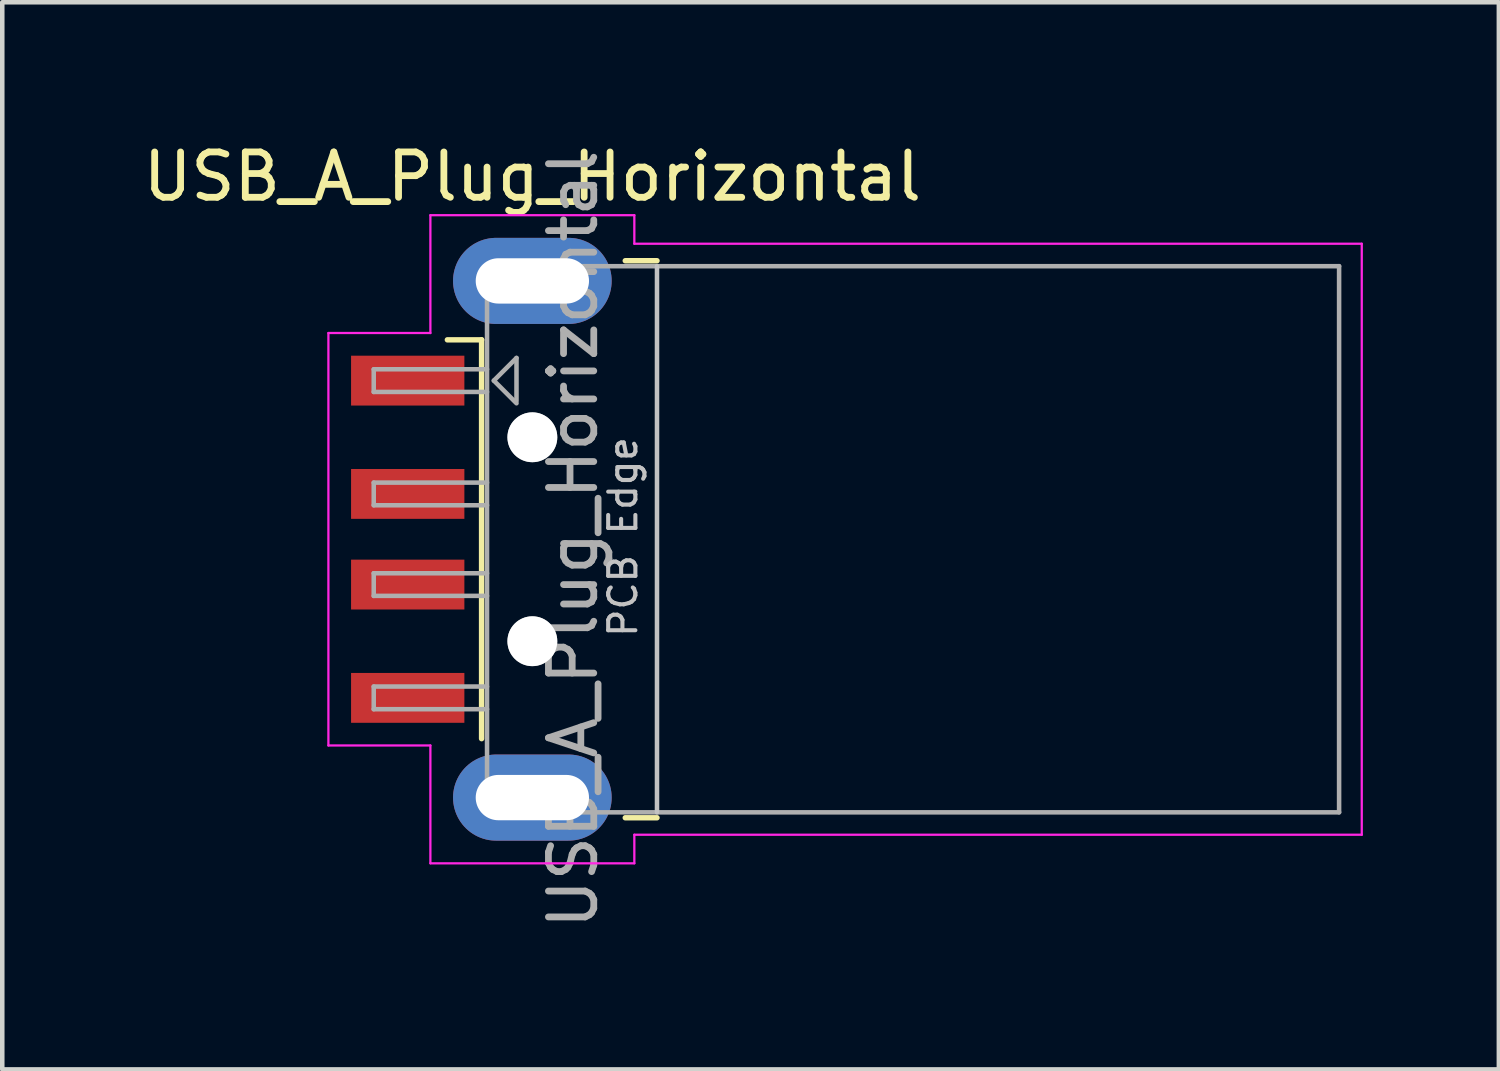
<source format=kicad_pcb>
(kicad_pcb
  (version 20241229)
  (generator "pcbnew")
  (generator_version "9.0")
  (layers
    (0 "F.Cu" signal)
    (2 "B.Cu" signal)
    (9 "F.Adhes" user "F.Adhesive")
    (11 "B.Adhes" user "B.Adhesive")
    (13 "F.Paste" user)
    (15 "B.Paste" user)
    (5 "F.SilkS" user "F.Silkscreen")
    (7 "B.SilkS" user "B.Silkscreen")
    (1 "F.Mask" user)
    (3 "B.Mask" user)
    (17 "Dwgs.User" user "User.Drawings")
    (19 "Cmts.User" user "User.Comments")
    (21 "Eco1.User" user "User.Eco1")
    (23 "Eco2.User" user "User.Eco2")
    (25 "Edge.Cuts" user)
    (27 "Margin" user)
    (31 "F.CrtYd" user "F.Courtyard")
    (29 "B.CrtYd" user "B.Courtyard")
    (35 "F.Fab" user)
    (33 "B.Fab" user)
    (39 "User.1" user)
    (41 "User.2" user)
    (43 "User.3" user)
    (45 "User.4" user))
  (footprint "USB_A_Plug_Horizontal"
    (layer "F.Cu")
    (at 15.596 8.848)
    (property "Reference" "USB_A_Plug_Horizontal" (at -6.9 -8 0) (layer "F.SilkS") (effects (font (size 1 1) (thickness 0.15))))
    (attr smd)
    (fp_line (start -8.02 -4.4) (end -8.775 -4.4) (stroke (width 0.12) (type solid)) (layer "F.SilkS"))
    (fp_line (start -8.02 -4.4) (end -8.02 4.4) (stroke (width 0.12) (type solid)) (layer "F.SilkS"))
    (fp_line (start -4.85 -6.145) (end -4.15 -6.145) (stroke (width 0.12) (type solid)) (layer "F.SilkS"))
    (fp_line (start -4.85 6.145) (end -4.15 6.145) (stroke (width 0.12) (type solid)) (layer "F.SilkS"))
    (fp_line (start -4.15 6.025) (end -4.15 -6.025) (stroke (width 0.1) (type solid)) (layer "Dwgs.User"))
    (fp_line (start -11.4 -4.55) (end -9.15 -4.55) (stroke (width 0.05) (type solid)) (layer "F.CrtYd"))
    (fp_line (start -11.4 4.55) (end -11.4 -4.55) (stroke (width 0.05) (type solid)) (layer "F.CrtYd"))
    (fp_line (start -11.4 4.55) (end -9.15 4.55) (stroke (width 0.05) (type solid)) (layer "F.CrtYd"))
    (fp_line (start -9.15 -7.15) (end -9.15 -4.55) (stroke (width 0.05) (type solid)) (layer "F.CrtYd"))
    (fp_line (start -9.15 -7.15) (end -4.65 -7.15) (stroke (width 0.05) (type solid)) (layer "F.CrtYd"))
    (fp_line (start -9.15 4.55) (end -9.15 7.15) (stroke (width 0.05) (type solid)) (layer "F.CrtYd"))
    (fp_line (start -9.15 7.15) (end -4.65 7.15) (stroke (width 0.05) (type solid)) (layer "F.CrtYd"))
    (fp_line (start -4.65 -6.52) (end -4.65 -7.15) (stroke (width 0.05) (type solid)) (layer "F.CrtYd"))
    (fp_line (start -4.65 -6.52) (end 11.4 -6.52) (stroke (width 0.05) (type solid)) (layer "F.CrtYd"))
    (fp_line (start -4.65 6.52) (end 11.4 6.52) (stroke (width 0.05) (type solid)) (layer "F.CrtYd"))
    (fp_line (start -4.65 7.15) (end -4.65 6.52) (stroke (width 0.05) (type solid)) (layer "F.CrtYd"))
    (fp_line (start 11.4 6.52) (end 11.4 -6.52) (stroke (width 0.05) (type solid)) (layer "F.CrtYd"))
    (fp_line (start -10.4 -3.75) (end -7.9 -3.75) (stroke (width 0.1) (type solid)) (layer "F.Fab"))
    (fp_line (start -10.4 -3.25) (end -10.4 -3.75) (stroke (width 0.1) (type solid)) (layer "F.Fab"))
    (fp_line (start -10.4 -3.25) (end -7.9 -3.25) (stroke (width 0.1) (type solid)) (layer "F.Fab"))
    (fp_line (start -10.4 -1.25) (end -7.9 -1.25) (stroke (width 0.1) (type solid)) (layer "F.Fab"))
    (fp_line (start -10.4 -0.75) (end -10.4 -1.25) (stroke (width 0.1) (type solid)) (layer "F.Fab"))
    (fp_line (start -10.4 -0.75) (end -7.9 -0.75) (stroke (width 0.1) (type solid)) (layer "F.Fab"))
    (fp_line (start -10.4 0.75) (end -7.9 0.75) (stroke (width 0.1) (type solid)) (layer "F.Fab"))
    (fp_line (start -10.4 1.25) (end -10.4 0.75) (stroke (width 0.1) (type solid)) (layer "F.Fab"))
    (fp_line (start -10.4 1.25) (end -7.9 1.25) (stroke (width 0.1) (type solid)) (layer "F.Fab"))
    (fp_line (start -10.4 3.25) (end -7.9 3.25) (stroke (width 0.1) (type solid)) (layer "F.Fab"))
    (fp_line (start -10.4 3.75) (end -10.4 3.25) (stroke (width 0.1) (type solid)) (layer "F.Fab"))
    (fp_line (start -10.4 3.75) (end -7.9 3.75) (stroke (width 0.1) (type solid)) (layer "F.Fab"))
    (fp_line (start -7.9 -6.025) (end 10.9 -6.025) (stroke (width 0.1) (type solid)) (layer "F.Fab"))
    (fp_line (start -7.9 6.025) (end -7.9 -6.025) (stroke (width 0.1) (type solid)) (layer "F.Fab"))
    (fp_line (start -7.9 6.025) (end 10.9 6.025) (stroke (width 0.1) (type solid)) (layer "F.Fab"))
    (fp_line (start -7.75 -3.5) (end -7.25 -4) (stroke (width 0.1) (type solid)) (layer "F.Fab"))
    (fp_line (start -7.75 -3.5) (end -7.25 -3) (stroke (width 0.1) (type solid)) (layer "F.Fab"))
    (fp_line (start -7.25 -4) (end -7.25 -3.05) (stroke (width 0.1) (type solid)) (layer "F.Fab"))
    (fp_line (start 10.9 6.025) (end 10.9 -6.025) (stroke (width 0.1) (type solid)) (layer "F.Fab"))
    (fp_circle (center -6.9 -2.25) (end -6.4 -2.25) (stroke (width 0.1) (type solid)) (fill no) (layer "F.Fab"))
    (fp_circle (center -6.9 2.25) (end -6.4 2.25) (stroke (width 0.1) (type solid)) (fill no) (layer "F.Fab"))
    (fp_text user "PCB Edge" (at -4.9 -0.05 90) (layer "Dwgs.User") (effects (font (size 0.6 0.6) (thickness 0.09))))
    (fp_text user "${REFERENCE}" (at -6 0 90) (layer "F.Fab") (effects (font (size 1 1) (thickness 0.15))))
    (pad "" np_thru_hole circle (at -6.9 -2.25) (size 1.1 1.1) (drill 1.1) (layers "*.Cu" "*.Mask"))
    (pad "" np_thru_hole circle (at -6.9 2.25) (size 1.1 1.1) (drill 1.1) (layers "*.Cu" "*.Mask"))
    (pad "1" smd rect (at -9.65 -3.5) (size 2.5 1.1) (layers "F.Cu" "F.Mask" "F.Paste"))
    (pad "2" smd rect (at -9.65 -1) (size 2.5 1.1) (layers "F.Cu" "F.Mask" "F.Paste"))
    (pad "3" smd rect (at -9.65 1) (size 2.5 1.1) (layers "F.Cu" "F.Mask" "F.Paste"))
    (pad "4" smd rect (at -9.65 3.5) (size 2.5 1.1) (layers "F.Cu" "F.Mask" "F.Paste"))
    (pad "5" thru_hole oval (at -6.9 -5.7) (size 3.5 1.9) (drill oval 2.5 1) (layers "*.Cu" "*.Mask"))
    (pad "5" thru_hole oval (at -6.9 5.7) (size 3.5 1.9) (drill oval 2.5 1) (layers "*.Cu" "*.Mask")))
  (gr_rect
    (start -3 -3)
    (end 30.021 20.545)
    (stroke (width 0.1) (type default))
    (fill no)
    (layer "Edge.Cuts")))
</source>
